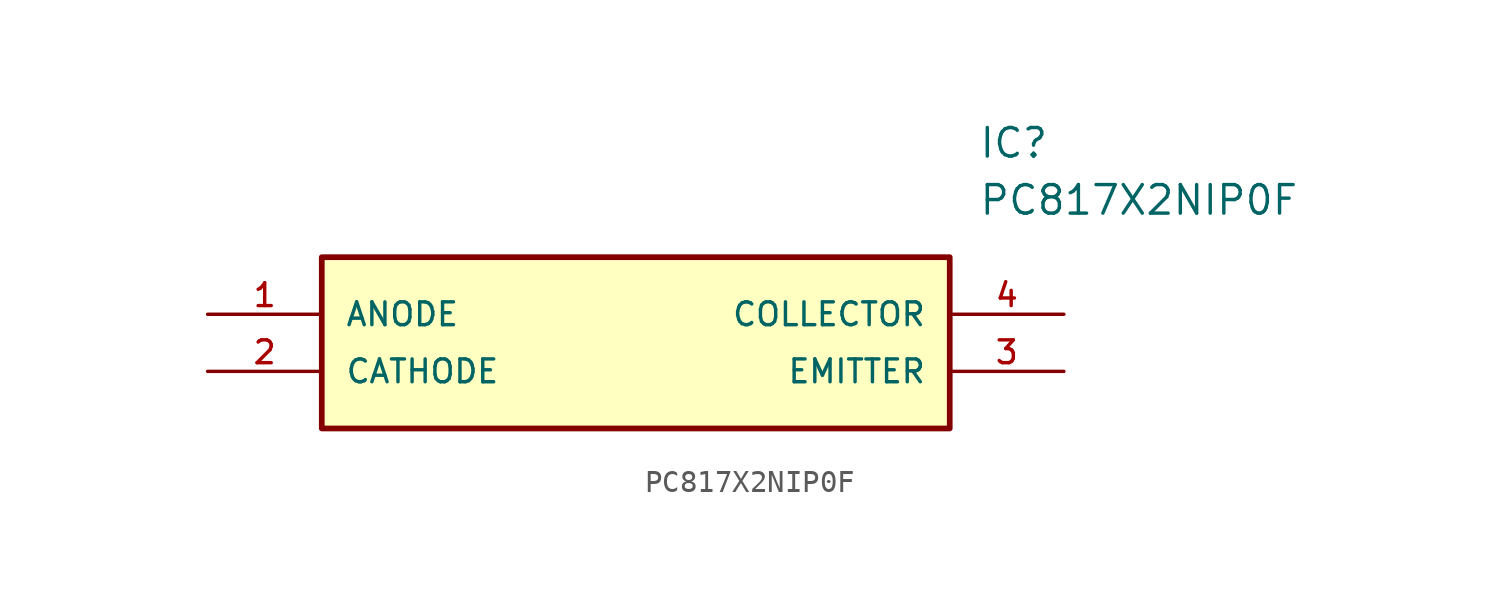
<source format=kicad_sym>
(kicad_symbol_lib
  (version 20211014)
  (generator kicad_symbol_editor)
  (symbol "PC817X2NIP0F"
    (pin_names
      (offset 1.016))
    (property "Reference" "IC"
      (at 34.29 7.62 0)
      (effects (font (size 1.27 1.27)) (justify left)))
    (property "Value" "PC817X2NIP0F"
      (at 34.29 5.08 0)
      (effects (font (size 1.27 1.27)) (justify left)))
    (symbol "PC817X2NIP0F_0_0"
      (rectangle (start 5.08 -5.08) (end 33.02 2.54) (stroke (width 0.254)) (fill (type background)))
      (pin bidirectional line (at 0.0 0.0 0) (length 5.08) (name "ANODE" (effects (font (size 1.016 1.016)))) (number "1" (effects (font (size 1.016 1.016)))))
      (pin bidirectional line (at 0.0 -2.54 0) (length 5.08) (name "CATHODE" (effects (font (size 1.016 1.016)))) (number "2" (effects (font (size 1.016 1.016)))))
      (pin bidirectional line (at 38.1 0.0 180.0) (length 5.08) (name "COLLECTOR" (effects (font (size 1.016 1.016)))) (number "4" (effects (font (size 1.016 1.016)))))
      (pin bidirectional line (at 38.1 -2.54 180.0) (length 5.08) (name "EMITTER" (effects (font (size 1.016 1.016)))) (number "3" (effects (font (size 1.016 1.016))))))))
</source>
